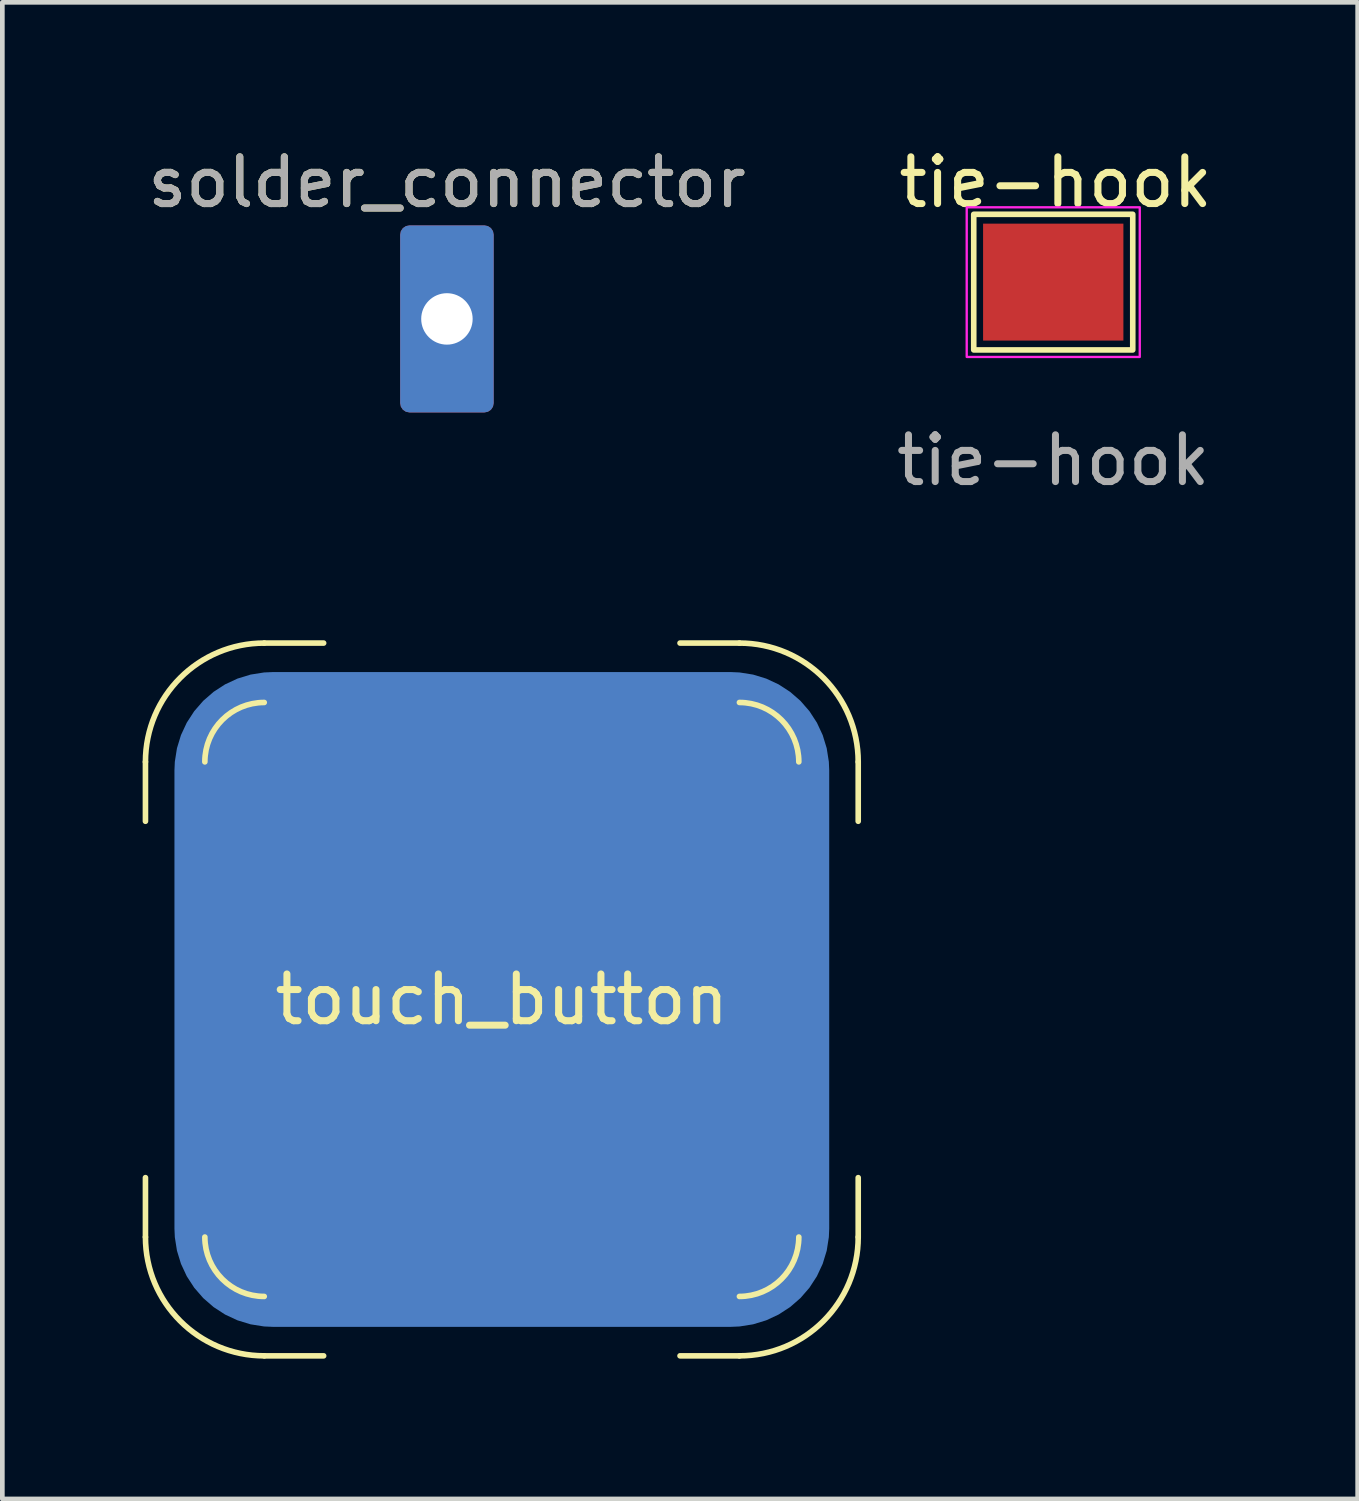
<source format=kicad_pcb>
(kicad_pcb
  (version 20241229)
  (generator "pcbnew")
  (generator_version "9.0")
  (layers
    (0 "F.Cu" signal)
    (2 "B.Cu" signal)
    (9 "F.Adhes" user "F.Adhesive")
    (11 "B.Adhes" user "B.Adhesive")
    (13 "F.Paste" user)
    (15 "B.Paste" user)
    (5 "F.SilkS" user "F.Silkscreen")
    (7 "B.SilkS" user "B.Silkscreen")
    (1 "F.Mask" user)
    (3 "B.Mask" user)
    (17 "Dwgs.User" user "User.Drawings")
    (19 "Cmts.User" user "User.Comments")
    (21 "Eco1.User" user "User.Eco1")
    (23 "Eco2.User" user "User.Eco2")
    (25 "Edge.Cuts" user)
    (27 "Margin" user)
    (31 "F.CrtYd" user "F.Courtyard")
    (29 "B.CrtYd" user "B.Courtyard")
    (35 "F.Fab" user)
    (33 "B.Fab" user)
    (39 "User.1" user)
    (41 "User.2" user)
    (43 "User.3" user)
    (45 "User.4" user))
  (footprint "tie-hook"
    (layer "F.Cu")
    (at 19.47 2.982)
    (property "Reference" "tie-hook" (at 0.051 -2.134 0) (unlocked yes) (layer "F.SilkS") (effects (font (size 1 1) (thickness 0.15))))
    (attr smd)
    (fp_rect (start -1.7 -1.45) (end 1.7 1.45) (stroke (width 0.12) (type default)) (fill no) (layer "F.SilkS"))
    (fp_rect (start -1.85 -1.6) (end 1.85 1.6) (stroke (width 0.05) (type default)) (fill no) (layer "F.CrtYd"))
    (fp_text user "${REFERENCE}" (at 0 3.81 0) (unlocked yes) (layer "F.Fab") (effects (font (size 1 1) (thickness 0.15))))
    (pad "1" smd rect (at 0 0) (size 3 2.5) (layers "F.Cu" "F.Mask" "F.Paste")))
  (footprint "solder_connector"
    (layer "F.Cu")
    (at 6.506 3.769)
    (property "Reference" "solder_connector" (at 0 -2.921 0) (unlocked yes) (layer "F.SilkS") (effects (font (size 1 1) (thickness 0.15))))
    (attr through_hole)
    (fp_text user "${REFERENCE}" (at 0 -2.921 0) (unlocked yes) (layer "F.Fab") (effects (font (size 1 1) (thickness 0.15))))
    (pad "1" thru_hole roundrect (at 0 0) (size 2 4) (drill 1.1) (layers "*.Cu" "*.Mask") (roundrect_rratio 0.1)))
  (footprint "touch_button"
    (layer "F.Cu")
    (at 7.68 18.32)
    (property "Reference" "touch_button" (at 0 0 0) (layer "F.SilkS") (effects (font (size 1 1) (thickness 0.15))))
    (attr through_hole)
    (fp_line (start -7.62 -5.08) (end -7.62 -3.81) (stroke (width 0.12) (type solid)) (layer "F.SilkS"))
    (fp_line (start -7.62 5.08) (end -7.62 3.81) (stroke (width 0.12) (type solid)) (layer "F.SilkS"))
    (fp_line (start -5.08 -7.62) (end -3.81 -7.62) (stroke (width 0.12) (type solid)) (layer "F.SilkS"))
    (fp_line (start -5.08 7.62) (end -3.81 7.62) (stroke (width 0.12) (type solid)) (layer "F.SilkS"))
    (fp_line (start 5.08 -7.62) (end 3.81 -7.62) (stroke (width 0.12) (type solid)) (layer "F.SilkS"))
    (fp_line (start 5.08 7.62) (end 3.81 7.62) (stroke (width 0.12) (type solid)) (layer "F.SilkS"))
    (fp_line (start 7.62 -5.08) (end 7.62 -3.81) (stroke (width 0.12) (type solid)) (layer "F.SilkS"))
    (fp_line (start 7.62 5.08) (end 7.62 3.81) (stroke (width 0.12) (type solid)) (layer "F.SilkS"))
    (fp_arc (start -7.62 -5.08) (mid -6.876051 -6.876051) (end -5.08 -7.62) (stroke (width 0.12) (type solid)) (layer "F.SilkS"))
    (fp_arc (start -6.35 -5.08) (mid -5.978026 -5.978026) (end -5.08 -6.35) (stroke (width 0.12) (type solid)) (layer "F.SilkS"))
    (fp_arc (start -5.08 6.35) (mid -5.978026 5.978026) (end -6.35 5.08) (stroke (width 0.12) (type solid)) (layer "F.SilkS"))
    (fp_arc (start -5.08 7.62) (mid -6.876051 6.876051) (end -7.62 5.08) (stroke (width 0.12) (type solid)) (layer "F.SilkS"))
    (fp_arc (start 5.08 -7.62) (mid 6.876051 -6.876051) (end 7.62 -5.08) (stroke (width 0.12) (type solid)) (layer "F.SilkS"))
    (fp_arc (start 5.08 -6.35) (mid 5.978026 -5.978026) (end 6.35 -5.08) (stroke (width 0.12) (type solid)) (layer "F.SilkS"))
    (fp_arc (start 6.35 5.08) (mid 5.978026 5.978026) (end 5.08 6.35) (stroke (width 0.12) (type solid)) (layer "F.SilkS"))
    (fp_arc (start 7.62 5.08) (mid 6.876051 6.876051) (end 5.08 7.62) (stroke (width 0.12) (type solid)) (layer "F.SilkS"))
    (pad "1" smd roundrect (at 0 0 90) (size 14 14) (layers "B.Cu") (roundrect_rratio 0.15)))
  (gr_rect
    (start -3 -3)
    (end 25.979 29)
    (stroke (width 0.1) (type default))
    (fill no)
    (layer "Edge.Cuts")))
</source>
